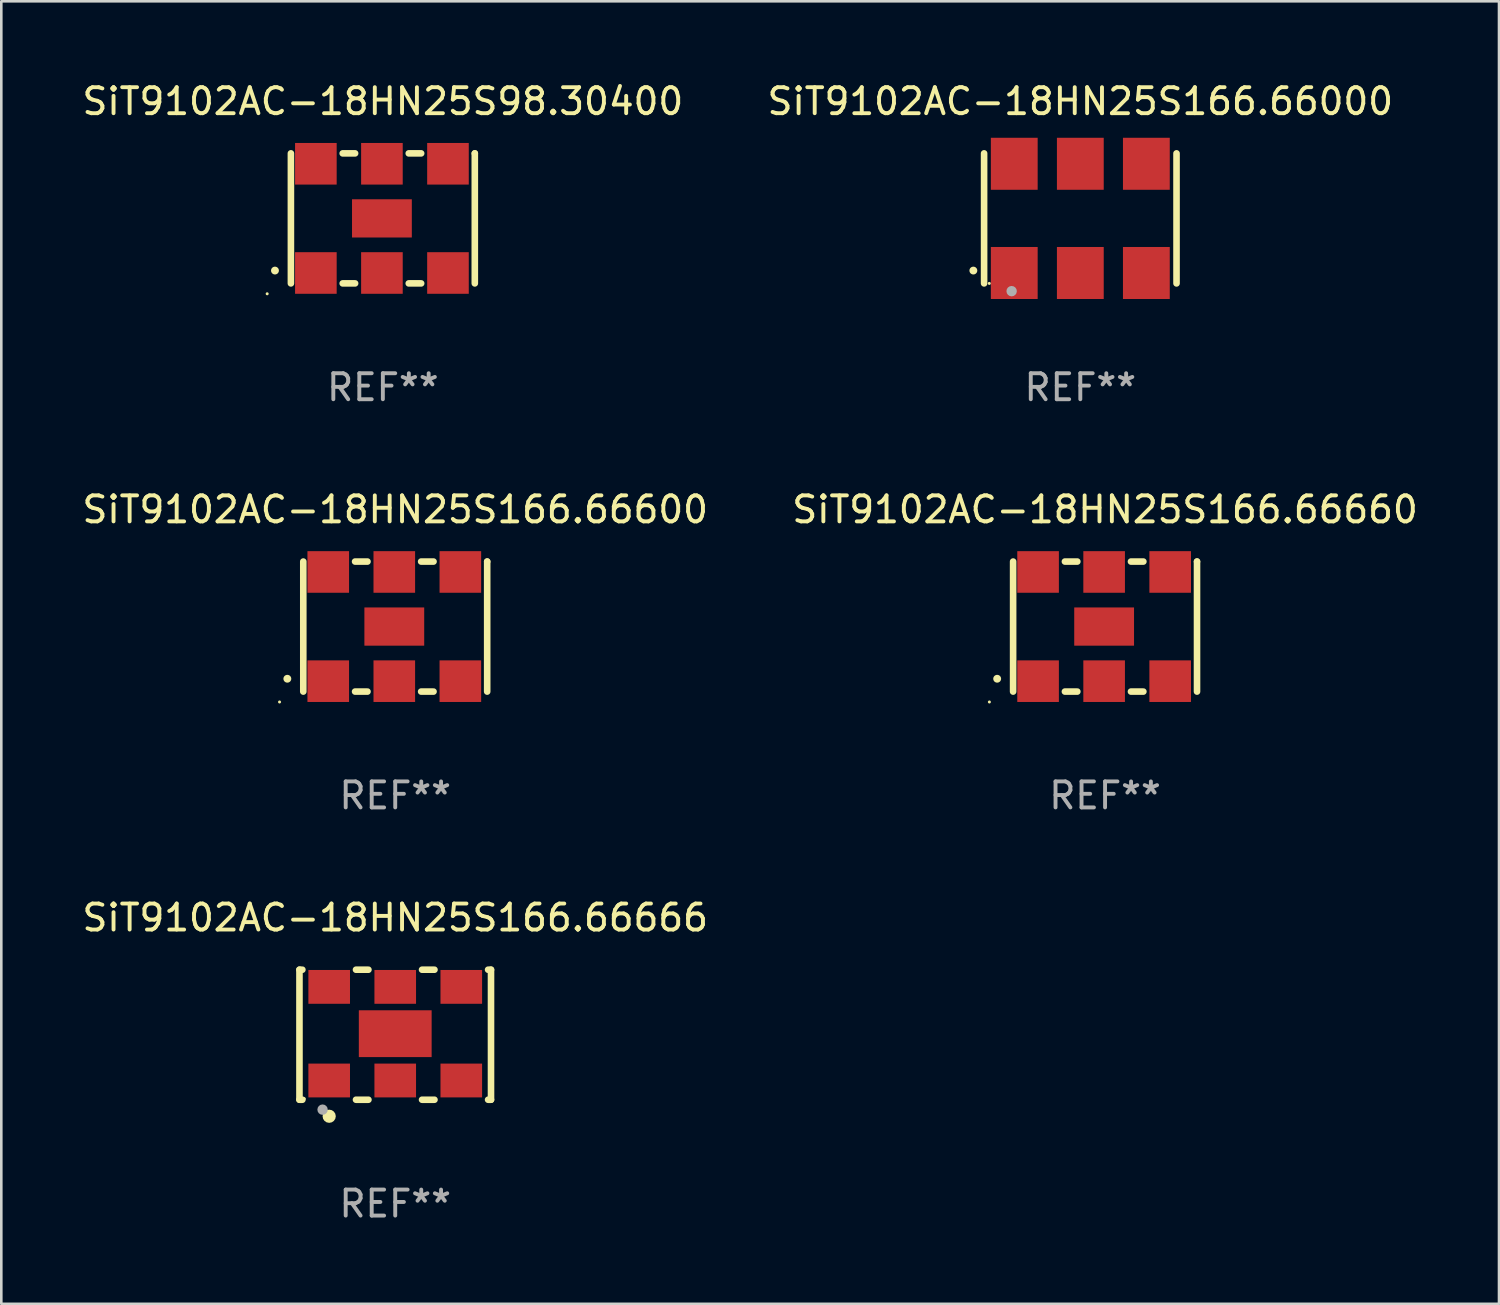
<source format=kicad_pcb>
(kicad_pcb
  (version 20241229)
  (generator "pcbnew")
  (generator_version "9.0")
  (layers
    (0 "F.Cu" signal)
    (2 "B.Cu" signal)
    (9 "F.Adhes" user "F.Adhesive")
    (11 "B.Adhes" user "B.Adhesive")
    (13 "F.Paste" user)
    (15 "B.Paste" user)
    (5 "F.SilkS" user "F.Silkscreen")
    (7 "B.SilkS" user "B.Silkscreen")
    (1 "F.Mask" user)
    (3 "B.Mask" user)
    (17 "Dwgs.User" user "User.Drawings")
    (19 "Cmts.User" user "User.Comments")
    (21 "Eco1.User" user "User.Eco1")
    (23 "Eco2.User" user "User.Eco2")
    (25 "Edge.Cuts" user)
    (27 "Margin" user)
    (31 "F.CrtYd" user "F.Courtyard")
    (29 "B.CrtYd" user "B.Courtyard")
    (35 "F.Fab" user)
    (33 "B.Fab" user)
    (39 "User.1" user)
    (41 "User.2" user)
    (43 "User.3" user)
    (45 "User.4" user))
  (footprint "SiT9102AC-18HN25S166.66666"
    (layer "F.Cu")
    (at 12.149 36.741)
    (property "Reference" "SiT9102AC-18HN25S166.66666" (at 0 -4.5 0) (layer "F.SilkS") (effects (font (size 1 1) (thickness 0.15))))
    (attr through_hole)
    (fp_line (start -3.683 -2.5) (end -3.571 -2.5) (stroke (width 0.254) (type solid)) (layer "F.SilkS"))
    (fp_line (start -3.683 2.5) (end -3.683 -2.5) (stroke (width 0.254) (type solid)) (layer "F.SilkS"))
    (fp_line (start -3.683 2.5) (end -3.571 2.5) (stroke (width 0.254) (type solid)) (layer "F.SilkS"))
    (fp_line (start -1.509 -2.5) (end -1.031 -2.5) (stroke (width 0.254) (type solid)) (layer "F.SilkS"))
    (fp_line (start -1.509 2.5) (end -1.031 2.5) (stroke (width 0.254) (type solid)) (layer "F.SilkS"))
    (fp_line (start 1.031 -2.5) (end 1.509 -2.5) (stroke (width 0.254) (type solid)) (layer "F.SilkS"))
    (fp_line (start 1.031 2.5) (end 1.509 2.5) (stroke (width 0.254) (type solid)) (layer "F.SilkS"))
    (fp_line (start 3.571 -2.5) (end 3.683 -2.5) (stroke (width 0.254) (type solid)) (layer "F.SilkS"))
    (fp_line (start 3.571 2.5) (end 3.683 2.5) (stroke (width 0.254) (type solid)) (layer "F.SilkS"))
    (fp_line (start 3.683 2.5) (end 3.683 -2.5) (stroke (width 0.254) (type solid)) (layer "F.SilkS"))
    (fp_circle (center -3.5 2.46) (end -3.47 2.46) (stroke (width 0.06) (type solid)) (fill no) (layer "F.SilkS"))
    (fp_circle (center -2.54 3.135) (end -2.413 3.135) (stroke (width 0.254) (type solid)) (fill no) (layer "F.SilkS"))
    (fp_circle (center -2.794 2.881) (end -2.694 2.881) (stroke (width 0.2) (type solid)) (fill no) (layer "F.Fab"))
    (fp_text user "REF**" (at 0 6.5 0) (layer "F.Fab") (effects (font (size 1 1) (thickness 0.15))))
    (pad "1" smd rect (at -2.54 1.76) (size 1.6 1.3) (layers "F.Cu" "F.Mask" "F.Paste"))
    (pad "2" smd rect (at 0 1.76) (size 1.6 1.3) (layers "F.Cu" "F.Mask" "F.Paste"))
    (pad "3" smd rect (at 2.54 1.76) (size 1.6 1.3) (layers "F.Cu" "F.Mask" "F.Paste"))
    (pad "4" smd rect (at 2.54 -1.84) (size 1.6 1.3) (layers "F.Cu" "F.Mask" "F.Paste"))
    (pad "5" smd rect (at 0 -1.84) (size 1.6 1.3) (layers "F.Cu" "F.Mask" "F.Paste"))
    (pad "6" smd rect (at -2.54 -1.84) (size 1.6 1.3) (layers "F.Cu" "F.Mask" "F.Paste"))
    (pad "7" smd rect (at 0 -0.04) (size 2.8 1.8) (layers "F.Cu" "F.Mask" "F.Paste")))
  (footprint "SiT9102AC-18HN25S166.66000"
    (layer "F.Cu")
    (at 38.494 5.348)
    (property "Reference" "SiT9102AC-18HN25S166.66000" (at 0 -4.5 0) (layer "F.SilkS") (effects (font (size 1 1) (thickness 0.15))))
    (attr through_hole)
    (fp_line (start -3.7 -2.5) (end -3.7 2.5) (stroke (width 0.254) (type solid)) (layer "F.SilkS"))
    (fp_line (start 3.7 -2.5) (end 3.7 2.5) (stroke (width 0.254) (type solid)) (layer "F.SilkS"))
    (fp_arc (start -4.114415 2.006604) (mid -4.113145 2.006599) (end -4.111875 2.006604) (stroke (width 0.3) (type solid)) (layer "F.SilkS"))
    (fp_circle (center -3.5 2.501) (end -3.47 2.501) (stroke (width 0.06) (type solid)) (fill no) (layer "F.SilkS"))
    (fp_circle (center -2.641 2.799) (end -2.541 2.799) (stroke (width 0.2) (type solid)) (fill no) (layer "F.Fab"))
    (fp_text user "REF**" (at 0 6.5 0) (layer "F.Fab") (effects (font (size 1 1) (thickness 0.15))))
    (pad "1" smd rect (at -2.54 2.1) (size 1.8 2) (layers "F.Cu" "F.Mask" "F.Paste"))
    (pad "2" smd rect (at 0.000394 2.1) (size 1.8 2) (layers "F.Cu" "F.Mask" "F.Paste"))
    (pad "3" smd rect (at 2.54 2.1) (size 1.8 2) (layers "F.Cu" "F.Mask" "F.Paste"))
    (pad "4" smd rect (at 2.54 -2.1) (size 1.8 2) (layers "F.Cu" "F.Mask" "F.Paste"))
    (pad "5" smd rect (at 0.000394 -2.1) (size 1.8 2) (layers "F.Cu" "F.Mask" "F.Paste"))
    (pad "6" smd rect (at -2.54 -2.1) (size 1.8 2) (layers "F.Cu" "F.Mask" "F.Paste")))
  (footprint "SiT9102AC-18HN25S98.30400"
    (layer "F.Cu")
    (at 11.673 5.348)
    (property "Reference" "SiT9102AC-18HN25S98.30400" (at 0 -4.5 0) (layer "F.SilkS") (effects (font (size 1 1) (thickness 0.15))))
    (attr through_hole)
    (fp_line (start -3.536 -2.5) (end -3.536 2.5) (stroke (width 0.254) (type solid)) (layer "F.SilkS"))
    (fp_line (start -1.544 2.5) (end -1.067 2.5) (stroke (width 0.254) (type solid)) (layer "F.SilkS"))
    (fp_line (start -1.067 -2.5) (end -1.544 -2.5) (stroke (width 0.254) (type solid)) (layer "F.SilkS"))
    (fp_line (start 0.996 2.5) (end 1.473 2.5) (stroke (width 0.254) (type solid)) (layer "F.SilkS"))
    (fp_line (start 1.473 -2.5) (end 0.996 -2.5) (stroke (width 0.254) (type solid)) (layer "F.SilkS"))
    (fp_line (start 3.536 -2.5) (end 3.536 -2.5) (stroke (width 0.254) (type solid)) (layer "F.SilkS"))
    (fp_line (start 3.536 2.5) (end 3.536 -2.5) (stroke (width 0.254) (type solid)) (layer "F.SilkS"))
    (fp_arc (start -4.150432 2.006604) (mid -4.149162 2.006599) (end -4.147892 2.006604) (stroke (width 0.3) (type solid)) (layer "F.SilkS"))
    (fp_circle (center -4.449 2.9) (end -4.419 2.9) (stroke (width 0.06) (type solid)) (fill no) (layer "F.SilkS"))
    (fp_text user "REF**" (at 0 6.5 0) (layer "F.Fab") (effects (font (size 1 1) (thickness 0.15))))
    (pad "1" smd rect (at -2.576 2.1) (size 1.6 1.6) (layers "F.Cu" "F.Mask" "F.Paste"))
    (pad "2" smd rect (at -0.036 2.1) (size 1.6 1.6) (layers "F.Cu" "F.Mask" "F.Paste"))
    (pad "3" smd rect (at 2.504 2.1) (size 1.6 1.6) (layers "F.Cu" "F.Mask" "F.Paste"))
    (pad "4" smd rect (at 2.504 -2.1) (size 1.6 1.6) (layers "F.Cu" "F.Mask" "F.Paste"))
    (pad "5" smd rect (at -0.036 -2.1) (size 1.6 1.6) (layers "F.Cu" "F.Mask" "F.Paste"))
    (pad "6" smd rect (at -2.576 -2.1) (size 1.6 1.6) (layers "F.Cu" "F.Mask" "F.Paste"))
    (pad "7" smd rect (at -0.036 0) (size 2.3 1.47) (layers "F.Cu" "F.Mask" "F.Paste")))
  (footprint "SiT9102AC-18HN25S166.66600"
    (layer "F.Cu")
    (at 12.149 21.045)
    (property "Reference" "SiT9102AC-18HN25S166.66600" (at 0 -4.5 0) (layer "F.SilkS") (effects (font (size 1 1) (thickness 0.15))))
    (attr through_hole)
    (fp_line (start -3.536 -2.5) (end -3.536 2.5) (stroke (width 0.254) (type solid)) (layer "F.SilkS"))
    (fp_line (start -1.544 2.5) (end -1.067 2.5) (stroke (width 0.254) (type solid)) (layer "F.SilkS"))
    (fp_line (start -1.067 -2.5) (end -1.544 -2.5) (stroke (width 0.254) (type solid)) (layer "F.SilkS"))
    (fp_line (start 0.996 2.5) (end 1.473 2.5) (stroke (width 0.254) (type solid)) (layer "F.SilkS"))
    (fp_line (start 1.473 -2.5) (end 0.996 -2.5) (stroke (width 0.254) (type solid)) (layer "F.SilkS"))
    (fp_line (start 3.536 -2.5) (end 3.536 -2.5) (stroke (width 0.254) (type solid)) (layer "F.SilkS"))
    (fp_line (start 3.536 2.5) (end 3.536 -2.5) (stroke (width 0.254) (type solid)) (layer "F.SilkS"))
    (fp_arc (start -4.150432 2.006604) (mid -4.149162 2.006599) (end -4.147892 2.006604) (stroke (width 0.3) (type solid)) (layer "F.SilkS"))
    (fp_circle (center -4.449 2.9) (end -4.419 2.9) (stroke (width 0.06) (type solid)) (fill no) (layer "F.SilkS"))
    (fp_text user "REF**" (at 0 6.5 0) (layer "F.Fab") (effects (font (size 1 1) (thickness 0.15))))
    (pad "1" smd rect (at -2.576 2.1) (size 1.6 1.6) (layers "F.Cu" "F.Mask" "F.Paste"))
    (pad "2" smd rect (at -0.036 2.1) (size 1.6 1.6) (layers "F.Cu" "F.Mask" "F.Paste"))
    (pad "3" smd rect (at 2.504 2.1) (size 1.6 1.6) (layers "F.Cu" "F.Mask" "F.Paste"))
    (pad "4" smd rect (at 2.504 -2.1) (size 1.6 1.6) (layers "F.Cu" "F.Mask" "F.Paste"))
    (pad "5" smd rect (at -0.036 -2.1) (size 1.6 1.6) (layers "F.Cu" "F.Mask" "F.Paste"))
    (pad "6" smd rect (at -2.576 -2.1) (size 1.6 1.6) (layers "F.Cu" "F.Mask" "F.Paste"))
    (pad "7" smd rect (at -0.036 0) (size 2.3 1.47) (layers "F.Cu" "F.Mask" "F.Paste")))
  (footprint "SiT9102AC-18HN25S166.66660"
    (layer "F.Cu")
    (at 39.446 21.045)
    (property "Reference" "SiT9102AC-18HN25S166.66660" (at 0 -4.5 0) (layer "F.SilkS") (effects (font (size 1 1) (thickness 0.15))))
    (attr through_hole)
    (fp_line (start -3.536 -2.5) (end -3.536 2.5) (stroke (width 0.254) (type solid)) (layer "F.SilkS"))
    (fp_line (start -1.544 2.5) (end -1.067 2.5) (stroke (width 0.254) (type solid)) (layer "F.SilkS"))
    (fp_line (start -1.067 -2.5) (end -1.544 -2.5) (stroke (width 0.254) (type solid)) (layer "F.SilkS"))
    (fp_line (start 0.996 2.5) (end 1.473 2.5) (stroke (width 0.254) (type solid)) (layer "F.SilkS"))
    (fp_line (start 1.473 -2.5) (end 0.996 -2.5) (stroke (width 0.254) (type solid)) (layer "F.SilkS"))
    (fp_line (start 3.536 -2.5) (end 3.536 -2.5) (stroke (width 0.254) (type solid)) (layer "F.SilkS"))
    (fp_line (start 3.536 2.5) (end 3.536 -2.5) (stroke (width 0.254) (type solid)) (layer "F.SilkS"))
    (fp_arc (start -4.150432 2.006604) (mid -4.149162 2.006599) (end -4.147892 2.006604) (stroke (width 0.3) (type solid)) (layer "F.SilkS"))
    (fp_circle (center -4.449 2.9) (end -4.419 2.9) (stroke (width 0.06) (type solid)) (fill no) (layer "F.SilkS"))
    (fp_text user "REF**" (at 0 6.5 0) (layer "F.Fab") (effects (font (size 1 1) (thickness 0.15))))
    (pad "1" smd rect (at -2.576 2.1) (size 1.6 1.6) (layers "F.Cu" "F.Mask" "F.Paste"))
    (pad "2" smd rect (at -0.036 2.1) (size 1.6 1.6) (layers "F.Cu" "F.Mask" "F.Paste"))
    (pad "3" smd rect (at 2.504 2.1) (size 1.6 1.6) (layers "F.Cu" "F.Mask" "F.Paste"))
    (pad "4" smd rect (at 2.504 -2.1) (size 1.6 1.6) (layers "F.Cu" "F.Mask" "F.Paste"))
    (pad "5" smd rect (at -0.036 -2.1) (size 1.6 1.6) (layers "F.Cu" "F.Mask" "F.Paste"))
    (pad "6" smd rect (at -2.576 -2.1) (size 1.6 1.6) (layers "F.Cu" "F.Mask" "F.Paste"))
    (pad "7" smd rect (at -0.036 0) (size 2.3 1.47) (layers "F.Cu" "F.Mask" "F.Paste")))
  (gr_rect
    (start -3 -3)
    (end 54.595 47.09)
    (stroke (width 0.1) (type default))
    (fill no)
    (layer "Edge.Cuts")))
</source>
